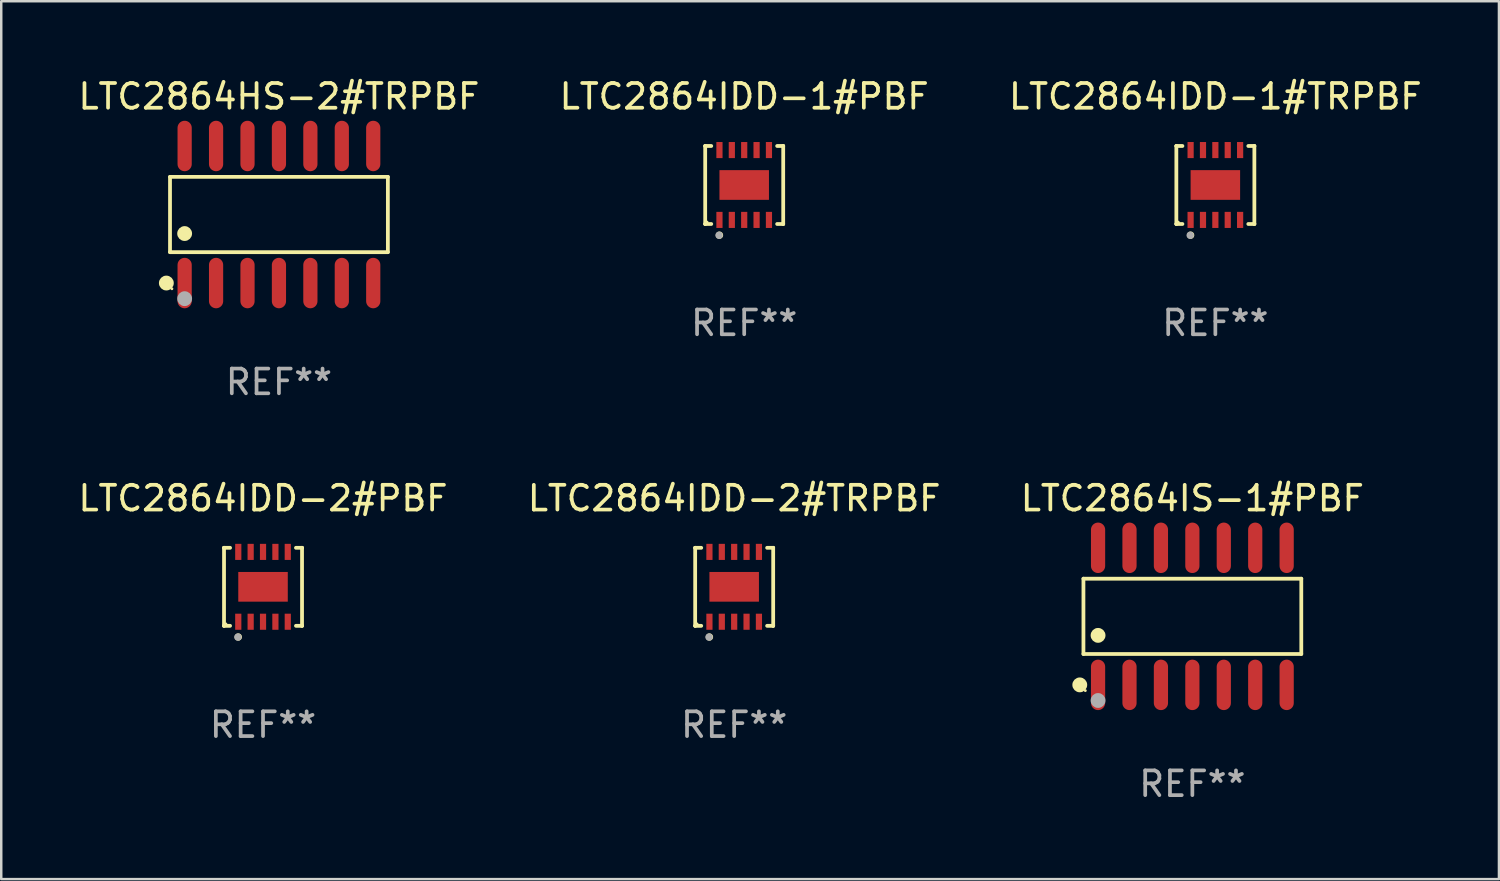
<source format=kicad_pcb>
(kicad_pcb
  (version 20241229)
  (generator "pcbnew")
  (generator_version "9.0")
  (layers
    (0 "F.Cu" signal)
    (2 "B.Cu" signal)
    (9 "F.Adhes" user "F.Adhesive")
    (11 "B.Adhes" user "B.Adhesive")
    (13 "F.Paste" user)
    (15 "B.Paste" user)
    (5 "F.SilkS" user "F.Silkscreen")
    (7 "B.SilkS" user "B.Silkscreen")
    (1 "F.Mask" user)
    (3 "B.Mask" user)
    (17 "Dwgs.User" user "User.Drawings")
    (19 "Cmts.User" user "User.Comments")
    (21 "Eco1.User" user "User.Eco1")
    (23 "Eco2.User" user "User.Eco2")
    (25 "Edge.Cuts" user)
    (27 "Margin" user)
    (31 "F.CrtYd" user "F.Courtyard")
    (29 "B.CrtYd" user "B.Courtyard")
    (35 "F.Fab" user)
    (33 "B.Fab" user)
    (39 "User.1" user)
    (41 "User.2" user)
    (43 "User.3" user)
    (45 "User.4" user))
  (footprint "LTC2864IDD-1#TRPBF"
    (layer "F.Cu")
    (at 46.054 4.424)
    (property "Reference" "LTC2864IDD-1#TRPBF" (at 0 -3.576 0) (layer "F.SilkS") (effects (font (size 1 1) (thickness 0.15))))
    (attr through_hole)
    (fp_line (start -1.576 -1.576) (end -1.576 -1.576) (stroke (width 0.152) (type solid)) (layer "F.SilkS"))
    (fp_line (start -1.576 -1.576) (end -1.331 -1.576) (stroke (width 0.152) (type solid)) (layer "F.SilkS"))
    (fp_line (start -1.576 1.576) (end -1.576 -1.576) (stroke (width 0.152) (type solid)) (layer "F.SilkS"))
    (fp_line (start -1.576 1.576) (end -1.576 1.576) (stroke (width 0.152) (type solid)) (layer "F.SilkS"))
    (fp_line (start -1.331 1.576) (end -1.576 1.576) (stroke (width 0.152) (type solid)) (layer "F.SilkS"))
    (fp_line (start 1.331 1.576) (end 1.576 1.576) (stroke (width 0.152) (type solid)) (layer "F.SilkS"))
    (fp_line (start 1.576 -1.576) (end 1.331 -1.576) (stroke (width 0.152) (type solid)) (layer "F.SilkS"))
    (fp_line (start 1.576 -1.576) (end 1.576 -1.576) (stroke (width 0.152) (type solid)) (layer "F.SilkS"))
    (fp_line (start 1.576 1.576) (end 1.576 -1.576) (stroke (width 0.152) (type solid)) (layer "F.SilkS"))
    (fp_line (start 1.576 1.576) (end 1.576 1.576) (stroke (width 0.152) (type solid)) (layer "F.SilkS"))
    (fp_circle (center -1.5 1.5) (end -1.47 1.5) (stroke (width 0.06) (type solid)) (fill no) (layer "F.SilkS"))
    (fp_circle (center -1 2.028) (end -0.925 2.028) (stroke (width 0.15) (type solid)) (fill no) (layer "F.SilkS"))
    (fp_circle (center -1.016 2.032) (end -0.941 2.032) (stroke (width 0.15) (type solid)) (fill no) (layer "F.Fab"))
    (fp_text user "REF**" (at 0 5.576 0) (layer "F.Fab") (effects (font (size 1 1) (thickness 0.15))))
    (pad "1" smd rect (at -1 1.411) (size 0.25 0.65) (layers "F.Cu" "F.Mask" "F.Paste"))
    (pad "2" smd rect (at -0.5 1.411) (size 0.25 0.65) (layers "F.Cu" "F.Mask" "F.Paste"))
    (pad "3" smd rect (at 0 1.411) (size 0.25 0.65) (layers "F.Cu" "F.Mask" "F.Paste"))
    (pad "4" smd rect (at 0.5 1.411) (size 0.25 0.65) (layers "F.Cu" "F.Mask" "F.Paste"))
    (pad "5" smd rect (at 1 1.411) (size 0.25 0.65) (layers "F.Cu" "F.Mask" "F.Paste"))
    (pad "6" smd rect (at 1 -1.411) (size 0.25 0.65) (layers "F.Cu" "F.Mask" "F.Paste"))
    (pad "7" smd rect (at 0.5 -1.411) (size 0.25 0.65) (layers "F.Cu" "F.Mask" "F.Paste"))
    (pad "8" smd rect (at 0 -1.411) (size 0.25 0.65) (layers "F.Cu" "F.Mask" "F.Paste"))
    (pad "9" smd rect (at -0.5 -1.411) (size 0.25 0.65) (layers "F.Cu" "F.Mask" "F.Paste"))
    (pad "10" smd rect (at -1 -1.411) (size 0.25 0.65) (layers "F.Cu" "F.Mask" "F.Paste"))
    (pad "11" smd rect (at 0 0) (size 2 1.2) (layers "F.Cu" "F.Mask" "F.Paste")))
  (footprint "LTC2864IDD-1#PBF"
    (layer "F.Cu")
    (at 27.018 4.424)
    (property "Reference" "LTC2864IDD-1#PBF" (at 0 -3.576 0) (layer "F.SilkS") (effects (font (size 1 1) (thickness 0.15))))
    (attr through_hole)
    (fp_line (start -1.576 -1.576) (end -1.576 -1.576) (stroke (width 0.152) (type solid)) (layer "F.SilkS"))
    (fp_line (start -1.576 -1.576) (end -1.331 -1.576) (stroke (width 0.152) (type solid)) (layer "F.SilkS"))
    (fp_line (start -1.576 1.576) (end -1.576 -1.576) (stroke (width 0.152) (type solid)) (layer "F.SilkS"))
    (fp_line (start -1.576 1.576) (end -1.576 1.576) (stroke (width 0.152) (type solid)) (layer "F.SilkS"))
    (fp_line (start -1.331 1.576) (end -1.576 1.576) (stroke (width 0.152) (type solid)) (layer "F.SilkS"))
    (fp_line (start 1.331 1.576) (end 1.576 1.576) (stroke (width 0.152) (type solid)) (layer "F.SilkS"))
    (fp_line (start 1.576 -1.576) (end 1.331 -1.576) (stroke (width 0.152) (type solid)) (layer "F.SilkS"))
    (fp_line (start 1.576 -1.576) (end 1.576 -1.576) (stroke (width 0.152) (type solid)) (layer "F.SilkS"))
    (fp_line (start 1.576 1.576) (end 1.576 -1.576) (stroke (width 0.152) (type solid)) (layer "F.SilkS"))
    (fp_line (start 1.576 1.576) (end 1.576 1.576) (stroke (width 0.152) (type solid)) (layer "F.SilkS"))
    (fp_circle (center -1.5 1.5) (end -1.47 1.5) (stroke (width 0.06) (type solid)) (fill no) (layer "F.SilkS"))
    (fp_circle (center -1 2.028) (end -0.925 2.028) (stroke (width 0.15) (type solid)) (fill no) (layer "F.SilkS"))
    (fp_circle (center -1.016 2.032) (end -0.941 2.032) (stroke (width 0.15) (type solid)) (fill no) (layer "F.Fab"))
    (fp_text user "REF**" (at 0 5.576 0) (layer "F.Fab") (effects (font (size 1 1) (thickness 0.15))))
    (pad "1" smd rect (at -1 1.411) (size 0.25 0.65) (layers "F.Cu" "F.Mask" "F.Paste"))
    (pad "2" smd rect (at -0.5 1.411) (size 0.25 0.65) (layers "F.Cu" "F.Mask" "F.Paste"))
    (pad "3" smd rect (at 0 1.411) (size 0.25 0.65) (layers "F.Cu" "F.Mask" "F.Paste"))
    (pad "4" smd rect (at 0.5 1.411) (size 0.25 0.65) (layers "F.Cu" "F.Mask" "F.Paste"))
    (pad "5" smd rect (at 1 1.411) (size 0.25 0.65) (layers "F.Cu" "F.Mask" "F.Paste"))
    (pad "6" smd rect (at 1 -1.411) (size 0.25 0.65) (layers "F.Cu" "F.Mask" "F.Paste"))
    (pad "7" smd rect (at 0.5 -1.411) (size 0.25 0.65) (layers "F.Cu" "F.Mask" "F.Paste"))
    (pad "8" smd rect (at 0 -1.411) (size 0.25 0.65) (layers "F.Cu" "F.Mask" "F.Paste"))
    (pad "9" smd rect (at -0.5 -1.411) (size 0.25 0.65) (layers "F.Cu" "F.Mask" "F.Paste"))
    (pad "10" smd rect (at -1 -1.411) (size 0.25 0.65) (layers "F.Cu" "F.Mask" "F.Paste"))
    (pad "11" smd rect (at 0 0) (size 2 1.2) (layers "F.Cu" "F.Mask" "F.Paste")))
  (footprint "LTC2864IDD-2#PBF"
    (layer "F.Cu")
    (at 7.577 20.659)
    (property "Reference" "LTC2864IDD-2#PBF" (at 0 -3.576 0) (layer "F.SilkS") (effects (font (size 1 1) (thickness 0.15))))
    (attr through_hole)
    (fp_line (start -1.576 -1.576) (end -1.576 -1.576) (stroke (width 0.152) (type solid)) (layer "F.SilkS"))
    (fp_line (start -1.576 -1.576) (end -1.331 -1.576) (stroke (width 0.152) (type solid)) (layer "F.SilkS"))
    (fp_line (start -1.576 1.576) (end -1.576 -1.576) (stroke (width 0.152) (type solid)) (layer "F.SilkS"))
    (fp_line (start -1.576 1.576) (end -1.576 1.576) (stroke (width 0.152) (type solid)) (layer "F.SilkS"))
    (fp_line (start -1.331 1.576) (end -1.576 1.576) (stroke (width 0.152) (type solid)) (layer "F.SilkS"))
    (fp_line (start 1.331 1.576) (end 1.576 1.576) (stroke (width 0.152) (type solid)) (layer "F.SilkS"))
    (fp_line (start 1.576 -1.576) (end 1.331 -1.576) (stroke (width 0.152) (type solid)) (layer "F.SilkS"))
    (fp_line (start 1.576 -1.576) (end 1.576 -1.576) (stroke (width 0.152) (type solid)) (layer "F.SilkS"))
    (fp_line (start 1.576 1.576) (end 1.576 -1.576) (stroke (width 0.152) (type solid)) (layer "F.SilkS"))
    (fp_line (start 1.576 1.576) (end 1.576 1.576) (stroke (width 0.152) (type solid)) (layer "F.SilkS"))
    (fp_circle (center -1.5 1.5) (end -1.47 1.5) (stroke (width 0.06) (type solid)) (fill no) (layer "F.SilkS"))
    (fp_circle (center -1 2.028) (end -0.925 2.028) (stroke (width 0.15) (type solid)) (fill no) (layer "F.SilkS"))
    (fp_circle (center -1.016 2.032) (end -0.941 2.032) (stroke (width 0.15) (type solid)) (fill no) (layer "F.Fab"))
    (fp_text user "REF**" (at 0 5.576 0) (layer "F.Fab") (effects (font (size 1 1) (thickness 0.15))))
    (pad "1" smd rect (at -1 1.411) (size 0.25 0.65) (layers "F.Cu" "F.Mask" "F.Paste"))
    (pad "2" smd rect (at -0.5 1.411) (size 0.25 0.65) (layers "F.Cu" "F.Mask" "F.Paste"))
    (pad "3" smd rect (at 0 1.411) (size 0.25 0.65) (layers "F.Cu" "F.Mask" "F.Paste"))
    (pad "4" smd rect (at 0.5 1.411) (size 0.25 0.65) (layers "F.Cu" "F.Mask" "F.Paste"))
    (pad "5" smd rect (at 1 1.411) (size 0.25 0.65) (layers "F.Cu" "F.Mask" "F.Paste"))
    (pad "6" smd rect (at 1 -1.411) (size 0.25 0.65) (layers "F.Cu" "F.Mask" "F.Paste"))
    (pad "7" smd rect (at 0.5 -1.411) (size 0.25 0.65) (layers "F.Cu" "F.Mask" "F.Paste"))
    (pad "8" smd rect (at 0 -1.411) (size 0.25 0.65) (layers "F.Cu" "F.Mask" "F.Paste"))
    (pad "9" smd rect (at -0.5 -1.411) (size 0.25 0.65) (layers "F.Cu" "F.Mask" "F.Paste"))
    (pad "10" smd rect (at -1 -1.411) (size 0.25 0.65) (layers "F.Cu" "F.Mask" "F.Paste"))
    (pad "11" smd rect (at 0 0) (size 2 1.2) (layers "F.Cu" "F.Mask" "F.Paste")))
  (footprint "LTC2864IDD-2#TRPBF"
    (layer "F.Cu")
    (at 26.613 20.659)
    (property "Reference" "LTC2864IDD-2#TRPBF" (at 0 -3.576 0) (layer "F.SilkS") (effects (font (size 1 1) (thickness 0.15))))
    (attr through_hole)
    (fp_line (start -1.576 -1.576) (end -1.576 -1.576) (stroke (width 0.152) (type solid)) (layer "F.SilkS"))
    (fp_line (start -1.576 -1.576) (end -1.331 -1.576) (stroke (width 0.152) (type solid)) (layer "F.SilkS"))
    (fp_line (start -1.576 1.576) (end -1.576 -1.576) (stroke (width 0.152) (type solid)) (layer "F.SilkS"))
    (fp_line (start -1.576 1.576) (end -1.576 1.576) (stroke (width 0.152) (type solid)) (layer "F.SilkS"))
    (fp_line (start -1.331 1.576) (end -1.576 1.576) (stroke (width 0.152) (type solid)) (layer "F.SilkS"))
    (fp_line (start 1.331 1.576) (end 1.576 1.576) (stroke (width 0.152) (type solid)) (layer "F.SilkS"))
    (fp_line (start 1.576 -1.576) (end 1.331 -1.576) (stroke (width 0.152) (type solid)) (layer "F.SilkS"))
    (fp_line (start 1.576 -1.576) (end 1.576 -1.576) (stroke (width 0.152) (type solid)) (layer "F.SilkS"))
    (fp_line (start 1.576 1.576) (end 1.576 -1.576) (stroke (width 0.152) (type solid)) (layer "F.SilkS"))
    (fp_line (start 1.576 1.576) (end 1.576 1.576) (stroke (width 0.152) (type solid)) (layer "F.SilkS"))
    (fp_circle (center -1.5 1.5) (end -1.47 1.5) (stroke (width 0.06) (type solid)) (fill no) (layer "F.SilkS"))
    (fp_circle (center -1 2.028) (end -0.925 2.028) (stroke (width 0.15) (type solid)) (fill no) (layer "F.SilkS"))
    (fp_circle (center -1.016 2.032) (end -0.941 2.032) (stroke (width 0.15) (type solid)) (fill no) (layer "F.Fab"))
    (fp_text user "REF**" (at 0 5.576 0) (layer "F.Fab") (effects (font (size 1 1) (thickness 0.15))))
    (pad "1" smd rect (at -1 1.411) (size 0.25 0.65) (layers "F.Cu" "F.Mask" "F.Paste"))
    (pad "2" smd rect (at -0.5 1.411) (size 0.25 0.65) (layers "F.Cu" "F.Mask" "F.Paste"))
    (pad "3" smd rect (at 0 1.411) (size 0.25 0.65) (layers "F.Cu" "F.Mask" "F.Paste"))
    (pad "4" smd rect (at 0.5 1.411) (size 0.25 0.65) (layers "F.Cu" "F.Mask" "F.Paste"))
    (pad "5" smd rect (at 1 1.411) (size 0.25 0.65) (layers "F.Cu" "F.Mask" "F.Paste"))
    (pad "6" smd rect (at 1 -1.411) (size 0.25 0.65) (layers "F.Cu" "F.Mask" "F.Paste"))
    (pad "7" smd rect (at 0.5 -1.411) (size 0.25 0.65) (layers "F.Cu" "F.Mask" "F.Paste"))
    (pad "8" smd rect (at 0 -1.411) (size 0.25 0.65) (layers "F.Cu" "F.Mask" "F.Paste"))
    (pad "9" smd rect (at -0.5 -1.411) (size 0.25 0.65) (layers "F.Cu" "F.Mask" "F.Paste"))
    (pad "10" smd rect (at -1 -1.411) (size 0.25 0.65) (layers "F.Cu" "F.Mask" "F.Paste"))
    (pad "11" smd rect (at 0 0) (size 2 1.2) (layers "F.Cu" "F.Mask" "F.Paste")))
  (footprint "LTC2864IS-1#PBF"
    (layer "F.Cu")
    (at 45.125 21.852)
    (property "Reference" "LTC2864IS-1#PBF" (at 0 -4.769 0) (layer "F.SilkS") (effects (font (size 1 1) (thickness 0.15))))
    (attr through_hole)
    (fp_line (start -4.401 -1.521) (end 4.401 -1.521) (stroke (width 0.152) (type solid)) (layer "F.SilkS"))
    (fp_line (start -4.401 1.521) (end -4.401 -1.521) (stroke (width 0.152) (type solid)) (layer "F.SilkS"))
    (fp_line (start 4.401 -1.521) (end 4.401 1.521) (stroke (width 0.152) (type solid)) (layer "F.SilkS"))
    (fp_line (start 4.401 1.521) (end -4.401 1.521) (stroke (width 0.152) (type solid)) (layer "F.SilkS"))
    (fp_circle (center -4.549 2.769) (end -4.399 2.769) (stroke (width 0.3) (type solid)) (fill no) (layer "F.SilkS"))
    (fp_circle (center -4.325 3) (end -4.295 3) (stroke (width 0.06) (type solid)) (fill no) (layer "F.SilkS"))
    (fp_circle (center -3.81 0.769) (end -3.66 0.769) (stroke (width 0.3) (type solid)) (fill no) (layer "F.SilkS"))
    (fp_circle (center -3.81 3.4) (end -3.66 3.4) (stroke (width 0.3) (type solid)) (fill no) (layer "F.Fab"))
    (fp_text user "REF**" (at 0 6.769 0) (layer "F.Fab") (effects (font (size 1 1) (thickness 0.15))))
    (pad "1" smd oval (at -3.81 2.769) (size 0.574 2.038) (layers "F.Cu" "F.Mask" "F.Paste"))
    (pad "2" smd oval (at -2.54 2.769) (size 0.574 2.038) (layers "F.Cu" "F.Mask" "F.Paste"))
    (pad "3" smd oval (at -1.27 2.769) (size 0.574 2.038) (layers "F.Cu" "F.Mask" "F.Paste"))
    (pad "4" smd oval (at 0 2.769) (size 0.574 2.038) (layers "F.Cu" "F.Mask" "F.Paste"))
    (pad "5" smd oval (at 1.27 2.769) (size 0.574 2.038) (layers "F.Cu" "F.Mask" "F.Paste"))
    (pad "6" smd oval (at 2.54 2.769) (size 0.574 2.038) (layers "F.Cu" "F.Mask" "F.Paste"))
    (pad "7" smd oval (at 3.81 2.769) (size 0.574 2.038) (layers "F.Cu" "F.Mask" "F.Paste"))
    (pad "8" smd oval (at 3.81 -2.769) (size 0.574 2.038) (layers "F.Cu" "F.Mask" "F.Paste"))
    (pad "9" smd oval (at 2.54 -2.769) (size 0.574 2.038) (layers "F.Cu" "F.Mask" "F.Paste"))
    (pad "10" smd oval (at 1.27 -2.769) (size 0.574 2.038) (layers "F.Cu" "F.Mask" "F.Paste"))
    (pad "11" smd oval (at 0 -2.769) (size 0.574 2.038) (layers "F.Cu" "F.Mask" "F.Paste"))
    (pad "12" smd oval (at -1.27 -2.769) (size 0.574 2.038) (layers "F.Cu" "F.Mask" "F.Paste"))
    (pad "13" smd oval (at -2.54 -2.769) (size 0.574 2.038) (layers "F.Cu" "F.Mask" "F.Paste"))
    (pad "14" smd oval (at -3.81 -2.769) (size 0.574 2.038) (layers "F.Cu" "F.Mask" "F.Paste")))
  (footprint "LTC2864HS-2#TRPBF"
    (layer "F.Cu")
    (at 8.22 5.617)
    (property "Reference" "LTC2864HS-2#TRPBF" (at 0 -4.769 0) (layer "F.SilkS") (effects (font (size 1 1) (thickness 0.15))))
    (attr through_hole)
    (fp_line (start -4.401 -1.521) (end 4.401 -1.521) (stroke (width 0.152) (type solid)) (layer "F.SilkS"))
    (fp_line (start -4.401 1.521) (end -4.401 -1.521) (stroke (width 0.152) (type solid)) (layer "F.SilkS"))
    (fp_line (start 4.401 -1.521) (end 4.401 1.521) (stroke (width 0.152) (type solid)) (layer "F.SilkS"))
    (fp_line (start 4.401 1.521) (end -4.401 1.521) (stroke (width 0.152) (type solid)) (layer "F.SilkS"))
    (fp_circle (center -4.549 2.769) (end -4.399 2.769) (stroke (width 0.3) (type solid)) (fill no) (layer "F.SilkS"))
    (fp_circle (center -4.325 3) (end -4.295 3) (stroke (width 0.06) (type solid)) (fill no) (layer "F.SilkS"))
    (fp_circle (center -3.81 0.769) (end -3.66 0.769) (stroke (width 0.3) (type solid)) (fill no) (layer "F.SilkS"))
    (fp_circle (center -3.81 3.4) (end -3.66 3.4) (stroke (width 0.3) (type solid)) (fill no) (layer "F.Fab"))
    (fp_text user "REF**" (at 0 6.769 0) (layer "F.Fab") (effects (font (size 1 1) (thickness 0.15))))
    (pad "1" smd oval (at -3.81 2.769) (size 0.574 2.038) (layers "F.Cu" "F.Mask" "F.Paste"))
    (pad "2" smd oval (at -2.54 2.769) (size 0.574 2.038) (layers "F.Cu" "F.Mask" "F.Paste"))
    (pad "3" smd oval (at -1.27 2.769) (size 0.574 2.038) (layers "F.Cu" "F.Mask" "F.Paste"))
    (pad "4" smd oval (at 0 2.769) (size 0.574 2.038) (layers "F.Cu" "F.Mask" "F.Paste"))
    (pad "5" smd oval (at 1.27 2.769) (size 0.574 2.038) (layers "F.Cu" "F.Mask" "F.Paste"))
    (pad "6" smd oval (at 2.54 2.769) (size 0.574 2.038) (layers "F.Cu" "F.Mask" "F.Paste"))
    (pad "7" smd oval (at 3.81 2.769) (size 0.574 2.038) (layers "F.Cu" "F.Mask" "F.Paste"))
    (pad "8" smd oval (at 3.81 -2.769) (size 0.574 2.038) (layers "F.Cu" "F.Mask" "F.Paste"))
    (pad "9" smd oval (at 2.54 -2.769) (size 0.574 2.038) (layers "F.Cu" "F.Mask" "F.Paste"))
    (pad "10" smd oval (at 1.27 -2.769) (size 0.574 2.038) (layers "F.Cu" "F.Mask" "F.Paste"))
    (pad "11" smd oval (at 0 -2.769) (size 0.574 2.038) (layers "F.Cu" "F.Mask" "F.Paste"))
    (pad "12" smd oval (at -1.27 -2.769) (size 0.574 2.038) (layers "F.Cu" "F.Mask" "F.Paste"))
    (pad "13" smd oval (at -2.54 -2.769) (size 0.574 2.038) (layers "F.Cu" "F.Mask" "F.Paste"))
    (pad "14" smd oval (at -3.81 -2.769) (size 0.574 2.038) (layers "F.Cu" "F.Mask" "F.Paste")))
  (gr_rect
    (start -3 -3)
    (end 57.512 32.469)
    (stroke (width 0.1) (type default))
    (fill no)
    (layer "Edge.Cuts")))
</source>
